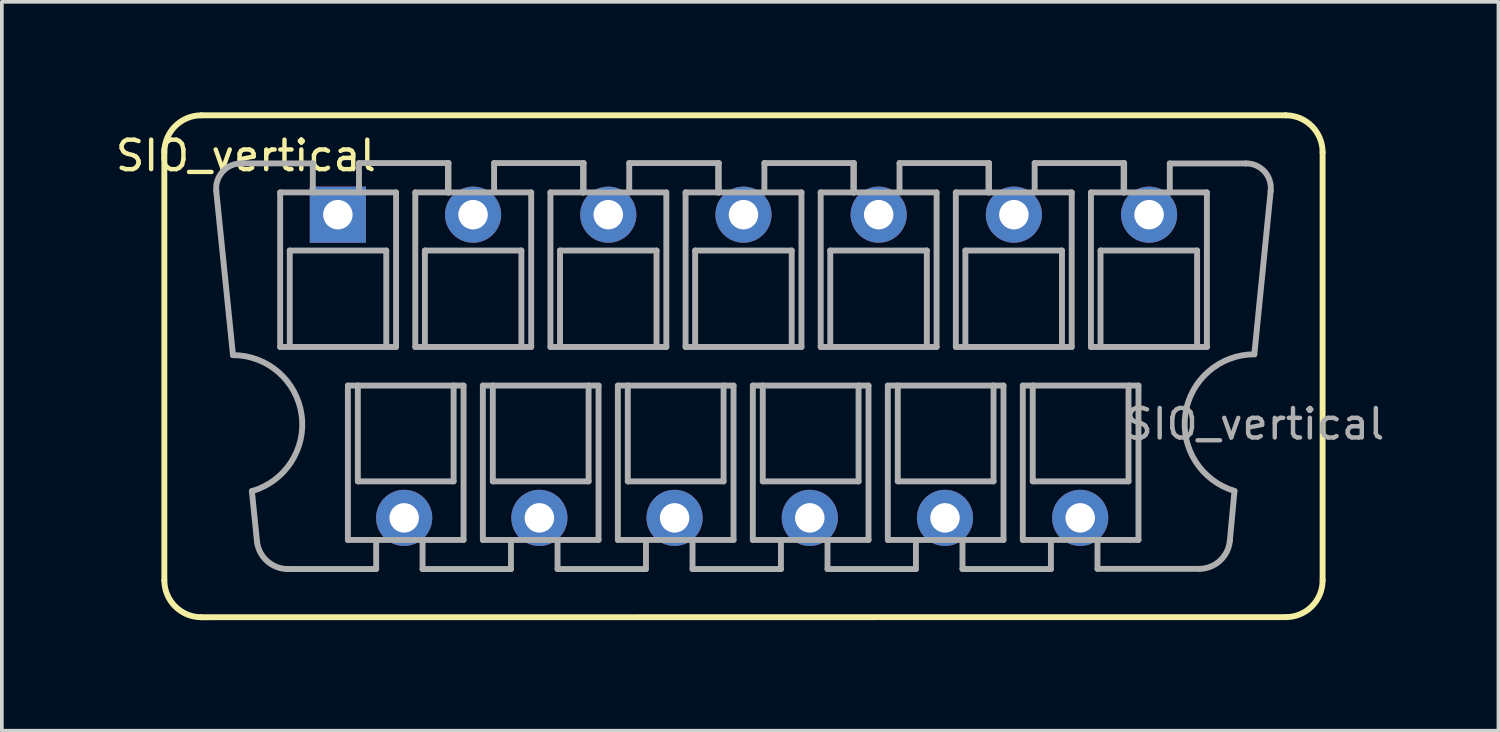
<source format=kicad_pcb>
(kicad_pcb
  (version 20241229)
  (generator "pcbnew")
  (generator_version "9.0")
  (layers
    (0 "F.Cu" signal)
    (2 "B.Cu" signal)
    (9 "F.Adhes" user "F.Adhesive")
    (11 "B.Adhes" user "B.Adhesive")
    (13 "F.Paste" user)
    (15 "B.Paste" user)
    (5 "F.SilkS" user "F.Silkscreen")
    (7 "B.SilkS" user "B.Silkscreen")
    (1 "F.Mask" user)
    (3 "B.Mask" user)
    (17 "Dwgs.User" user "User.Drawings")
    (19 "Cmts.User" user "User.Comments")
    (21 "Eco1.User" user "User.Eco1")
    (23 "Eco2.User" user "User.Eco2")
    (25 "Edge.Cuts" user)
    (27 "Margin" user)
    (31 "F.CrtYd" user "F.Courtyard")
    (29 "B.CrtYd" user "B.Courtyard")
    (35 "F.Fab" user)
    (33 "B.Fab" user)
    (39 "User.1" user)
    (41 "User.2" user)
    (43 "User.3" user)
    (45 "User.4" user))
  (footprint "SIO_vertical"
    (layer "F.Cu")
    (at 17.131 6.892)
    (property "Reference" "SIO_vertical" (at -13.507 -5.715 0) (layer "F.SilkS") (effects (font (size 0.8 0.8) (thickness 0.12))))
    (attr through_hole)
    (fp_line (start -15.72 5.812) (end -15.72 -5.812) (stroke (width 0.16) (type solid)) (layer "F.SilkS"))
    (fp_line (start -14.72 -6.812) (end 14.72 -6.812) (stroke (width 0.16) (type solid)) (layer "F.SilkS"))
    (fp_line (start 14.721 6.809) (end -14.72 6.812) (stroke (width 0.16) (type solid)) (layer "F.SilkS"))
    (fp_line (start 15.72 -5.812) (end 15.72 5.812) (stroke (width 0.16) (type solid)) (layer "F.SilkS"))
    (fp_arc (start -15.719997 -5.812524) (mid -15.425466 -6.517836) (end -14.72 -6.812) (stroke (width 0.16) (type solid)) (layer "F.SilkS"))
    (fp_arc (start -14.721002 6.811997) (mid -15.426586 6.517877) (end -15.72 5.812) (stroke (width 0.16) (type solid)) (layer "F.SilkS"))
    (fp_arc (start 14.719747 -6.812) (mid 15.426725 -6.518904) (end 15.72 -5.812) (stroke (width 0.16) (type solid)) (layer "F.SilkS"))
    (fp_arc (start 15.720002 5.81226) (mid 15.427187 6.517785) (end 14.721 6.809) (stroke (width 0.16) (type solid)) (layer "F.SilkS"))
    (fp_line (start -13.857 -0.304) (end -14.311 -4.759) (stroke (width 0.16) (type solid)) (layer "F.Fab"))
    (fp_line (start -13.631 -5.507) (end -11.7 -5.507) (stroke (width 0.16) (type solid)) (layer "F.Fab"))
    (fp_line (start -13.344 3.389) (end -13.205 4.755) (stroke (width 0.16) (type solid)) (layer "F.Fab"))
    (fp_line (start -12.576 -4.719) (end -12.576 -0.524) (stroke (width 0.16) (type solid)) (layer "F.Fab"))
    (fp_line (start -12.576 -0.524) (end -9.43 -0.524) (stroke (width 0.16) (type solid)) (layer "F.Fab"))
    (fp_line (start -12.375 5.504) (end -9.97 5.504) (stroke (width 0.16) (type solid)) (layer "F.Fab"))
    (fp_line (start -12.316 -3.142) (end -9.696 -3.142) (stroke (width 0.16) (type solid)) (layer "F.Fab"))
    (fp_line (start -12.316 -0.529) (end -12.316 -3.142) (stroke (width 0.16) (type solid)) (layer "F.Fab"))
    (fp_line (start -11.69 -5.511) (end -11.69 -4.716) (stroke (width 0.16) (type solid)) (layer "F.Fab"))
    (fp_line (start -10.738 4.714) (end -10.738 0.524) (stroke (width 0.16) (type solid)) (layer "F.Fab"))
    (fp_line (start -10.738 4.714) (end -7.598 4.714) (stroke (width 0.16) (type solid)) (layer "F.Fab"))
    (fp_line (start -10.468 0.524) (end -10.738 0.524) (stroke (width 0.16) (type solid)) (layer "F.Fab"))
    (fp_line (start -10.468 0.524) (end -7.868 0.524) (stroke (width 0.16) (type solid)) (layer "F.Fab"))
    (fp_line (start -10.468 3.124) (end -10.468 0.524) (stroke (width 0.16) (type solid)) (layer "F.Fab"))
    (fp_line (start -10.468 3.124) (end -7.868 3.124) (stroke (width 0.16) (type solid)) (layer "F.Fab"))
    (fp_line (start -10.437 -5.516) (end -10.437 -4.719) (stroke (width 0.16) (type solid)) (layer "F.Fab"))
    (fp_line (start -10.437 -5.516) (end -8.007 -5.516) (stroke (width 0.16) (type solid)) (layer "F.Fab"))
    (fp_line (start -9.97 5.504) (end -9.97 4.714) (stroke (width 0.16) (type solid)) (layer "F.Fab"))
    (fp_line (start -9.696 -3.142) (end -9.696 -0.524) (stroke (width 0.16) (type solid)) (layer "F.Fab"))
    (fp_line (start -9.43 -4.719) (end -12.576 -4.719) (stroke (width 0.16) (type solid)) (layer "F.Fab"))
    (fp_line (start -9.43 -0.524) (end -9.43 -4.719) (stroke (width 0.16) (type solid)) (layer "F.Fab"))
    (fp_line (start -8.908 -4.719) (end -8.908 -0.524) (stroke (width 0.16) (type solid)) (layer "F.Fab"))
    (fp_line (start -8.908 -0.524) (end -5.762 -0.524) (stroke (width 0.16) (type solid)) (layer "F.Fab"))
    (fp_line (start -8.711 5.504) (end -8.711 4.714) (stroke (width 0.16) (type solid)) (layer "F.Fab"))
    (fp_line (start -8.711 5.504) (end -6.311 5.504) (stroke (width 0.16) (type solid)) (layer "F.Fab"))
    (fp_line (start -8.648 -3.142) (end -6.028 -3.142) (stroke (width 0.16) (type solid)) (layer "F.Fab"))
    (fp_line (start -8.648 -0.529) (end -8.648 -3.142) (stroke (width 0.16) (type solid)) (layer "F.Fab"))
    (fp_line (start -8.022 -5.511) (end -8.022 -4.716) (stroke (width 0.16) (type solid)) (layer "F.Fab"))
    (fp_line (start -8.007 -5.516) (end -8.007 -4.716) (stroke (width 0.16) (type solid)) (layer "F.Fab"))
    (fp_line (start -7.868 0.524) (end -7.598 0.524) (stroke (width 0.16) (type solid)) (layer "F.Fab"))
    (fp_line (start -7.868 3.124) (end -7.868 0.524) (stroke (width 0.16) (type solid)) (layer "F.Fab"))
    (fp_line (start -7.598 4.714) (end -7.598 0.524) (stroke (width 0.16) (type solid)) (layer "F.Fab"))
    (fp_line (start -7.074 4.714) (end -7.074 0.524) (stroke (width 0.16) (type solid)) (layer "F.Fab"))
    (fp_line (start -7.074 4.714) (end -3.934 4.714) (stroke (width 0.16) (type solid)) (layer "F.Fab"))
    (fp_line (start -6.804 0.524) (end -7.074 0.524) (stroke (width 0.16) (type solid)) (layer "F.Fab"))
    (fp_line (start -6.804 0.524) (end -4.204 0.524) (stroke (width 0.16) (type solid)) (layer "F.Fab"))
    (fp_line (start -6.804 3.124) (end -6.804 0.524) (stroke (width 0.16) (type solid)) (layer "F.Fab"))
    (fp_line (start -6.804 3.124) (end -4.204 3.124) (stroke (width 0.16) (type solid)) (layer "F.Fab"))
    (fp_line (start -6.769 -5.516) (end -6.769 -4.719) (stroke (width 0.16) (type solid)) (layer "F.Fab"))
    (fp_line (start -6.769 -5.516) (end -4.339 -5.516) (stroke (width 0.16) (type solid)) (layer "F.Fab"))
    (fp_line (start -6.311 5.504) (end -6.311 4.716) (stroke (width 0.16) (type solid)) (layer "F.Fab"))
    (fp_line (start -6.028 -3.142) (end -6.028 -0.524) (stroke (width 0.16) (type solid)) (layer "F.Fab"))
    (fp_line (start -5.762 -4.719) (end -8.908 -4.719) (stroke (width 0.16) (type solid)) (layer "F.Fab"))
    (fp_line (start -5.762 -0.524) (end -5.762 -4.719) (stroke (width 0.16) (type solid)) (layer "F.Fab"))
    (fp_line (start -5.24 -4.719) (end -5.24 -0.524) (stroke (width 0.16) (type solid)) (layer "F.Fab"))
    (fp_line (start -5.24 -0.524) (end -2.094 -0.524) (stroke (width 0.16) (type solid)) (layer "F.Fab"))
    (fp_line (start -5.047 5.504) (end -5.047 4.714) (stroke (width 0.16) (type solid)) (layer "F.Fab"))
    (fp_line (start -5.047 5.504) (end -2.647 5.504) (stroke (width 0.16) (type solid)) (layer "F.Fab"))
    (fp_line (start -4.98 -3.142) (end -2.36 -3.142) (stroke (width 0.16) (type solid)) (layer "F.Fab"))
    (fp_line (start -4.98 -0.529) (end -4.98 -3.142) (stroke (width 0.16) (type solid)) (layer "F.Fab"))
    (fp_line (start -4.354 -5.511) (end -4.354 -4.716) (stroke (width 0.16) (type solid)) (layer "F.Fab"))
    (fp_line (start -4.339 -5.516) (end -4.339 -4.716) (stroke (width 0.16) (type solid)) (layer "F.Fab"))
    (fp_line (start -4.204 0.524) (end -3.934 0.524) (stroke (width 0.16) (type solid)) (layer "F.Fab"))
    (fp_line (start -4.204 3.124) (end -4.204 0.524) (stroke (width 0.16) (type solid)) (layer "F.Fab"))
    (fp_line (start -3.934 4.714) (end -3.934 0.524) (stroke (width 0.16) (type solid)) (layer "F.Fab"))
    (fp_line (start -3.41 4.714) (end -3.41 0.524) (stroke (width 0.16) (type solid)) (layer "F.Fab"))
    (fp_line (start -3.41 4.714) (end -0.27 4.714) (stroke (width 0.16) (type solid)) (layer "F.Fab"))
    (fp_line (start -3.14 0.524) (end -3.41 0.524) (stroke (width 0.16) (type solid)) (layer "F.Fab"))
    (fp_line (start -3.14 0.524) (end -0.54 0.524) (stroke (width 0.16) (type solid)) (layer "F.Fab"))
    (fp_line (start -3.14 3.124) (end -3.14 0.524) (stroke (width 0.16) (type solid)) (layer "F.Fab"))
    (fp_line (start -3.14 3.124) (end -0.54 3.124) (stroke (width 0.16) (type solid)) (layer "F.Fab"))
    (fp_line (start -3.101 -5.516) (end -3.101 -4.719) (stroke (width 0.16) (type solid)) (layer "F.Fab"))
    (fp_line (start -3.101 -5.516) (end -0.671 -5.516) (stroke (width 0.16) (type solid)) (layer "F.Fab"))
    (fp_line (start -2.647 5.504) (end -2.647 4.716) (stroke (width 0.16) (type solid)) (layer "F.Fab"))
    (fp_line (start -2.36 -3.142) (end -2.36 -0.524) (stroke (width 0.16) (type solid)) (layer "F.Fab"))
    (fp_line (start -2.094 -4.719) (end -5.24 -4.719) (stroke (width 0.16) (type solid)) (layer "F.Fab"))
    (fp_line (start -2.094 -0.524) (end -2.094 -4.719) (stroke (width 0.16) (type solid)) (layer "F.Fab"))
    (fp_line (start -1.572 -4.719) (end -1.572 -0.524) (stroke (width 0.16) (type solid)) (layer "F.Fab"))
    (fp_line (start -1.572 -0.524) (end 1.574 -0.524) (stroke (width 0.16) (type solid)) (layer "F.Fab"))
    (fp_line (start -1.383 5.504) (end -1.383 4.714) (stroke (width 0.16) (type solid)) (layer "F.Fab"))
    (fp_line (start -1.383 5.504) (end 1.017 5.504) (stroke (width 0.16) (type solid)) (layer "F.Fab"))
    (fp_line (start -1.312 -3.142) (end 1.309 -3.142) (stroke (width 0.16) (type solid)) (layer "F.Fab"))
    (fp_line (start -1.312 -0.529) (end -1.312 -3.142) (stroke (width 0.16) (type solid)) (layer "F.Fab"))
    (fp_line (start -0.686 -5.511) (end -0.686 -4.716) (stroke (width 0.16) (type solid)) (layer "F.Fab"))
    (fp_line (start -0.671 -5.516) (end -0.671 -4.716) (stroke (width 0.16) (type solid)) (layer "F.Fab"))
    (fp_line (start -0.54 0.524) (end -0.27 0.524) (stroke (width 0.16) (type solid)) (layer "F.Fab"))
    (fp_line (start -0.54 3.124) (end -0.54 0.524) (stroke (width 0.16) (type solid)) (layer "F.Fab"))
    (fp_line (start -0.27 4.714) (end -0.27 0.524) (stroke (width 0.16) (type solid)) (layer "F.Fab"))
    (fp_line (start 0.254 4.714) (end 0.254 0.524) (stroke (width 0.16) (type solid)) (layer "F.Fab"))
    (fp_line (start 0.254 4.714) (end 3.394 4.714) (stroke (width 0.16) (type solid)) (layer "F.Fab"))
    (fp_line (start 0.524 0.524) (end 0.254 0.524) (stroke (width 0.16) (type solid)) (layer "F.Fab"))
    (fp_line (start 0.524 0.524) (end 3.124 0.524) (stroke (width 0.16) (type solid)) (layer "F.Fab"))
    (fp_line (start 0.524 3.124) (end 0.524 0.524) (stroke (width 0.16) (type solid)) (layer "F.Fab"))
    (fp_line (start 0.524 3.124) (end 3.124 3.124) (stroke (width 0.16) (type solid)) (layer "F.Fab"))
    (fp_line (start 0.568 -5.516) (end 0.568 -4.719) (stroke (width 0.16) (type solid)) (layer "F.Fab"))
    (fp_line (start 0.568 -5.516) (end 2.997 -5.516) (stroke (width 0.16) (type solid)) (layer "F.Fab"))
    (fp_line (start 1.017 5.504) (end 1.017 4.716) (stroke (width 0.16) (type solid)) (layer "F.Fab"))
    (fp_line (start 1.309 -3.142) (end 1.309 -0.524) (stroke (width 0.16) (type solid)) (layer "F.Fab"))
    (fp_line (start 1.574 -4.719) (end -1.572 -4.719) (stroke (width 0.16) (type solid)) (layer "F.Fab"))
    (fp_line (start 1.574 -0.524) (end 1.574 -4.719) (stroke (width 0.16) (type solid)) (layer "F.Fab"))
    (fp_line (start 2.096 -4.719) (end 2.096 -0.524) (stroke (width 0.16) (type solid)) (layer "F.Fab"))
    (fp_line (start 2.096 -0.524) (end 5.242 -0.524) (stroke (width 0.16) (type solid)) (layer "F.Fab"))
    (fp_line (start 2.281 5.504) (end 2.281 4.714) (stroke (width 0.16) (type solid)) (layer "F.Fab"))
    (fp_line (start 2.281 5.504) (end 4.681 5.504) (stroke (width 0.16) (type solid)) (layer "F.Fab"))
    (fp_line (start 2.356 -3.142) (end 4.977 -3.142) (stroke (width 0.16) (type solid)) (layer "F.Fab"))
    (fp_line (start 2.356 -0.529) (end 2.356 -3.142) (stroke (width 0.16) (type solid)) (layer "F.Fab"))
    (fp_line (start 2.982 -5.511) (end 2.982 -4.716) (stroke (width 0.16) (type solid)) (layer "F.Fab"))
    (fp_line (start 2.997 -5.516) (end 2.997 -4.716) (stroke (width 0.16) (type solid)) (layer "F.Fab"))
    (fp_line (start 3.124 0.524) (end 3.394 0.524) (stroke (width 0.16) (type solid)) (layer "F.Fab"))
    (fp_line (start 3.124 3.124) (end 3.124 0.524) (stroke (width 0.16) (type solid)) (layer "F.Fab"))
    (fp_line (start 3.394 4.714) (end 3.394 0.524) (stroke (width 0.16) (type solid)) (layer "F.Fab"))
    (fp_line (start 3.918 4.714) (end 3.918 0.524) (stroke (width 0.16) (type solid)) (layer "F.Fab"))
    (fp_line (start 3.918 4.714) (end 7.058 4.714) (stroke (width 0.16) (type solid)) (layer "F.Fab"))
    (fp_line (start 4.188 0.524) (end 3.918 0.524) (stroke (width 0.16) (type solid)) (layer "F.Fab"))
    (fp_line (start 4.188 0.524) (end 6.788 0.524) (stroke (width 0.16) (type solid)) (layer "F.Fab"))
    (fp_line (start 4.188 3.124) (end 4.188 0.524) (stroke (width 0.16) (type solid)) (layer "F.Fab"))
    (fp_line (start 4.188 3.124) (end 6.788 3.124) (stroke (width 0.16) (type solid)) (layer "F.Fab"))
    (fp_line (start 4.236 -5.516) (end 4.236 -4.719) (stroke (width 0.16) (type solid)) (layer "F.Fab"))
    (fp_line (start 4.236 -5.516) (end 6.665 -5.516) (stroke (width 0.16) (type solid)) (layer "F.Fab"))
    (fp_line (start 4.681 5.504) (end 4.681 4.716) (stroke (width 0.16) (type solid)) (layer "F.Fab"))
    (fp_line (start 4.977 -3.142) (end 4.977 -0.524) (stroke (width 0.16) (type solid)) (layer "F.Fab"))
    (fp_line (start 5.242 -4.719) (end 2.096 -4.719) (stroke (width 0.16) (type solid)) (layer "F.Fab"))
    (fp_line (start 5.242 -0.524) (end 5.242 -4.719) (stroke (width 0.16) (type solid)) (layer "F.Fab"))
    (fp_line (start 5.764 -4.719) (end 5.764 -0.524) (stroke (width 0.16) (type solid)) (layer "F.Fab"))
    (fp_line (start 5.764 -0.524) (end 8.91 -0.524) (stroke (width 0.16) (type solid)) (layer "F.Fab"))
    (fp_line (start 5.945 5.504) (end 5.945 4.714) (stroke (width 0.16) (type solid)) (layer "F.Fab"))
    (fp_line (start 5.945 5.504) (end 8.345 5.504) (stroke (width 0.16) (type solid)) (layer "F.Fab"))
    (fp_line (start 6.024 -3.142) (end 8.645 -3.142) (stroke (width 0.16) (type solid)) (layer "F.Fab"))
    (fp_line (start 6.024 -0.529) (end 6.024 -3.142) (stroke (width 0.16) (type solid)) (layer "F.Fab"))
    (fp_line (start 6.65 -5.511) (end 6.65 -4.716) (stroke (width 0.16) (type solid)) (layer "F.Fab"))
    (fp_line (start 6.665 -5.516) (end 6.665 -4.716) (stroke (width 0.16) (type solid)) (layer "F.Fab"))
    (fp_line (start 6.788 0.524) (end 7.058 0.524) (stroke (width 0.16) (type solid)) (layer "F.Fab"))
    (fp_line (start 6.788 3.124) (end 6.788 0.524) (stroke (width 0.16) (type solid)) (layer "F.Fab"))
    (fp_line (start 7.058 4.714) (end 7.058 0.524) (stroke (width 0.16) (type solid)) (layer "F.Fab"))
    (fp_line (start 7.582 4.714) (end 7.582 0.524) (stroke (width 0.16) (type solid)) (layer "F.Fab"))
    (fp_line (start 7.582 4.714) (end 10.722 4.714) (stroke (width 0.16) (type solid)) (layer "F.Fab"))
    (fp_line (start 7.852 0.524) (end 7.582 0.524) (stroke (width 0.16) (type solid)) (layer "F.Fab"))
    (fp_line (start 7.852 0.524) (end 10.452 0.524) (stroke (width 0.16) (type solid)) (layer "F.Fab"))
    (fp_line (start 7.852 3.124) (end 7.852 0.524) (stroke (width 0.16) (type solid)) (layer "F.Fab"))
    (fp_line (start 7.852 3.124) (end 10.452 3.124) (stroke (width 0.16) (type solid)) (layer "F.Fab"))
    (fp_line (start 7.904 -5.516) (end 7.904 -4.719) (stroke (width 0.16) (type solid)) (layer "F.Fab"))
    (fp_line (start 7.904 -5.516) (end 10.333 -5.516) (stroke (width 0.16) (type solid)) (layer "F.Fab"))
    (fp_line (start 8.345 5.504) (end 8.345 4.716) (stroke (width 0.16) (type solid)) (layer "F.Fab"))
    (fp_line (start 8.645 -3.142) (end 8.645 -0.524) (stroke (width 0.16) (type solid)) (layer "F.Fab"))
    (fp_line (start 8.91 -4.719) (end 5.764 -4.719) (stroke (width 0.16) (type solid)) (layer "F.Fab"))
    (fp_line (start 8.91 -0.524) (end 8.91 -4.719) (stroke (width 0.16) (type solid)) (layer "F.Fab"))
    (fp_line (start 9.432 -4.719) (end 9.432 -0.524) (stroke (width 0.16) (type solid)) (layer "F.Fab"))
    (fp_line (start 9.432 -0.524) (end 12.579 -0.524) (stroke (width 0.16) (type solid)) (layer "F.Fab"))
    (fp_line (start 9.609 5.499) (end 9.609 4.714) (stroke (width 0.16) (type solid)) (layer "F.Fab"))
    (fp_line (start 9.609 5.499) (end 12.375 5.499) (stroke (width 0.16) (type solid)) (layer "F.Fab"))
    (fp_line (start 9.692 -3.142) (end 12.313 -3.142) (stroke (width 0.16) (type solid)) (layer "F.Fab"))
    (fp_line (start 9.692 -0.529) (end 9.692 -3.142) (stroke (width 0.16) (type solid)) (layer "F.Fab"))
    (fp_line (start 10.318 -5.511) (end 10.318 -4.716) (stroke (width 0.16) (type solid)) (layer "F.Fab"))
    (fp_line (start 10.333 -5.516) (end 10.333 -4.716) (stroke (width 0.16) (type solid)) (layer "F.Fab"))
    (fp_line (start 10.452 0.524) (end 10.722 0.524) (stroke (width 0.16) (type solid)) (layer "F.Fab"))
    (fp_line (start 10.452 3.124) (end 10.452 0.524) (stroke (width 0.16) (type solid)) (layer "F.Fab"))
    (fp_line (start 10.722 4.714) (end 10.722 0.524) (stroke (width 0.16) (type solid)) (layer "F.Fab"))
    (fp_line (start 11.572 -5.505) (end 11.572 -4.719) (stroke (width 0.16) (type solid)) (layer "F.Fab"))
    (fp_line (start 11.572 -5.505) (end 13.632 -5.505) (stroke (width 0.16) (type solid)) (layer "F.Fab"))
    (fp_line (start 12.313 -3.142) (end 12.313 -0.524) (stroke (width 0.16) (type solid)) (layer "F.Fab"))
    (fp_line (start 12.579 -4.719) (end 9.432 -4.719) (stroke (width 0.16) (type solid)) (layer "F.Fab"))
    (fp_line (start 12.579 -0.524) (end 12.579 -4.719) (stroke (width 0.16) (type solid)) (layer "F.Fab"))
    (fp_line (start 13.201 4.749) (end 13.328 3.385) (stroke (width 0.16) (type solid)) (layer "F.Fab"))
    (fp_line (start 14.31 -4.755) (end 13.867 -0.325) (stroke (width 0.16) (type solid)) (layer "F.Fab"))
    (fp_arc (start -14.310636 -4.759377) (mid -14.137171 -5.284414) (end -13.631 -5.507) (stroke (width 0.16) (type solid)) (layer "F.Fab"))
    (fp_arc (start -13.857126 -0.302567) (mid -11.99435 1.319954) (end -13.344 3.389) (stroke (width 0.16) (type solid)) (layer "F.Fab"))
    (fp_arc (start -12.37583 5.504344) (mid -12.929576 5.28861) (end -13.205 4.762) (stroke (width 0.16) (type solid)) (layer "F.Fab"))
    (fp_arc (start 13.200504 4.748924) (mid 12.93089 5.281494) (end 12.375 5.499) (stroke (width 0.16) (type solid)) (layer "F.Fab"))
    (fp_arc (start 13.328334 3.384191) (mid 11.994661 1.2968) (end 13.867 -0.325) (stroke (width 0.16) (type solid)) (layer "F.Fab"))
    (fp_arc (start 13.632874 -5.506026) (mid 14.143255 -5.285425) (end 14.31 -4.755) (stroke (width 0.16) (type solid)) (layer "F.Fab"))
    (fp_text user "${REFERENCE}" (at 13.869 1.569 0) (layer "F.Fab") (effects (font (size 0.8 0.8) (thickness 0.12))))
    (pad "1" thru_hole rect (at -11.01 -4.115) (size 1.524 1.524) (drill 0.8) (layers "*.Cu" "*.Mask"))
    (pad "2" thru_hole circle (at -9.21 4.115) (size 1.524 1.524) (drill 0.8) (layers "*.Cu" "*.Mask"))
    (pad "3" thru_hole circle (at -7.34 -4.115) (size 1.524 1.524) (drill 0.8) (layers "*.Cu" "*.Mask"))
    (pad "4" thru_hole circle (at -5.54 4.115) (size 1.524 1.524) (drill 0.8) (layers "*.Cu" "*.Mask"))
    (pad "5" thru_hole circle (at -3.67 -4.115) (size 1.524 1.524) (drill 0.8) (layers "*.Cu" "*.Mask"))
    (pad "6" thru_hole circle (at -1.87 4.115) (size 1.524 1.524) (drill 0.8) (layers "*.Cu" "*.Mask"))
    (pad "7" thru_hole circle (at 0 -4.115) (size 1.524 1.524) (drill 0.8) (layers "*.Cu" "*.Mask"))
    (pad "8" thru_hole circle (at 1.8 4.115) (size 1.524 1.524) (drill 0.8) (layers "*.Cu" "*.Mask"))
    (pad "9" thru_hole circle (at 3.67 -4.115) (size 1.524 1.524) (drill 0.8) (layers "*.Cu" "*.Mask"))
    (pad "10" thru_hole circle (at 5.47 4.115) (size 1.524 1.524) (drill 0.8) (layers "*.Cu" "*.Mask"))
    (pad "11" thru_hole circle (at 7.34 -4.115) (size 1.524 1.524) (drill 0.8) (layers "*.Cu" "*.Mask"))
    (pad "12" thru_hole circle (at 9.14 4.115) (size 1.524 1.524) (drill 0.8) (layers "*.Cu" "*.Mask"))
    (pad "13" thru_hole circle (at 11.01 -4.115) (size 1.524 1.524) (drill 0.8) (layers "*.Cu" "*.Mask")))
  (gr_rect
    (start -3 -3)
    (end 37.624 16.784)
    (stroke (width 0.1) (type default))
    (fill no)
    (layer "Edge.Cuts")))
</source>
